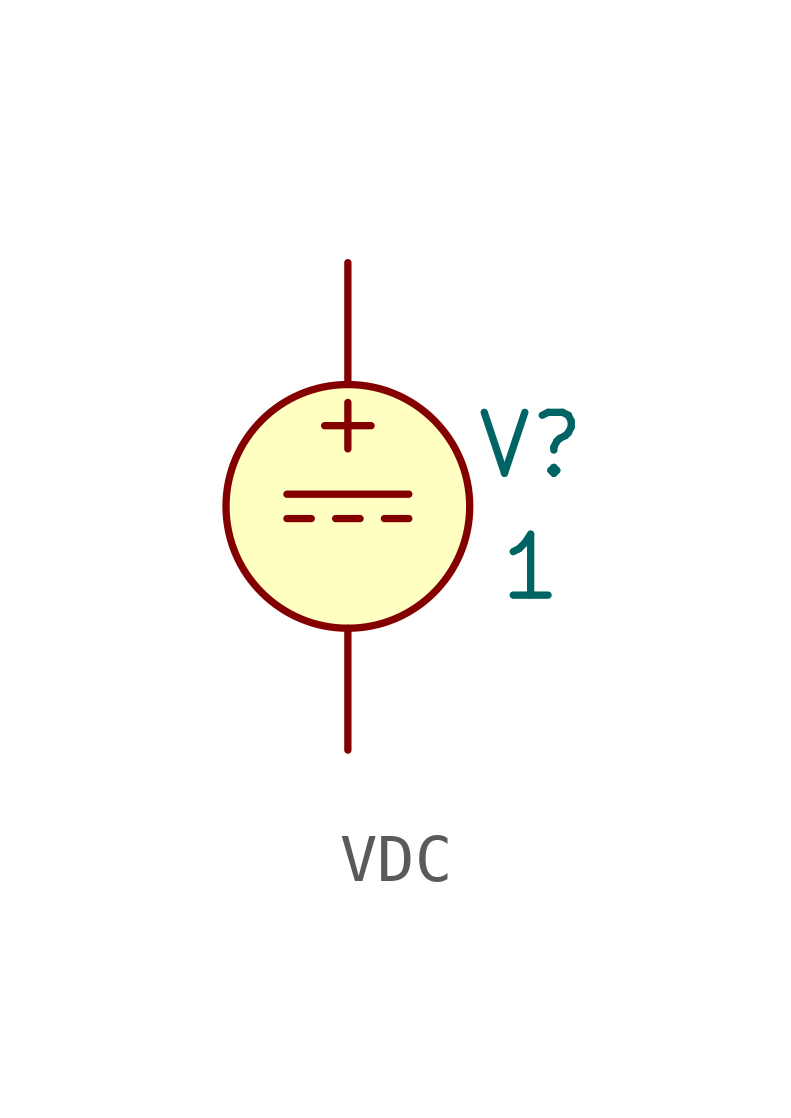
<source format=kicad_sym>
(kicad_symbol_lib
  (version 20231120)
  (generator "kicad_symbol_editor")
  (generator_version "8.0")
  (symbol "VDC"
    (pin_numbers hide)
    (pin_names hide)
    (property "Reference" "V"
      (at 3.81 1.27 0)
      (effects (font (size 1.27 1.27))))
    (property "Value" "1"
      (at 3.81 -1.27 0)
      (effects (font (size 1.27 1.27))))
    (symbol "VDC_1_1"
      (polyline (pts (xy -1.27 -0.254) (xy -0.762 -0.254)) (stroke (width 0) (type default)) (fill (type none)))
      (polyline (pts (xy -1.27 0.254) (xy 1.27 0.254)) (stroke (width 0) (type default)) (fill (type none)))
      (polyline (pts (xy -0.254 -0.254) (xy 0.254 -0.254)) (stroke (width 0) (type default)) (fill (type none)))
      (polyline (pts (xy 0.762 -0.254) (xy 1.27 -0.254)) (stroke (width 0) (type default)) (fill (type none)))
      (circle (center 0 0) (radius 2.54) (stroke (width 0) (type default)) (fill (type background)))
      (text "+" (at 0 1.778 0) (effects (font (size 1.27 1.27))))
      (pin passive line (at 0 5.08 270) (length 2.54) (name "~" (effects (font (size 1.27 1.27)))) (number "1" (effects (font (size 1.27 1.27)))))
      (pin passive line (at 0 -5.08 90) (length 2.54) (name "~" (effects (font (size 1.27 1.27)))) (number "2" (effects (font (size 1.27 1.27))))))))
</source>
